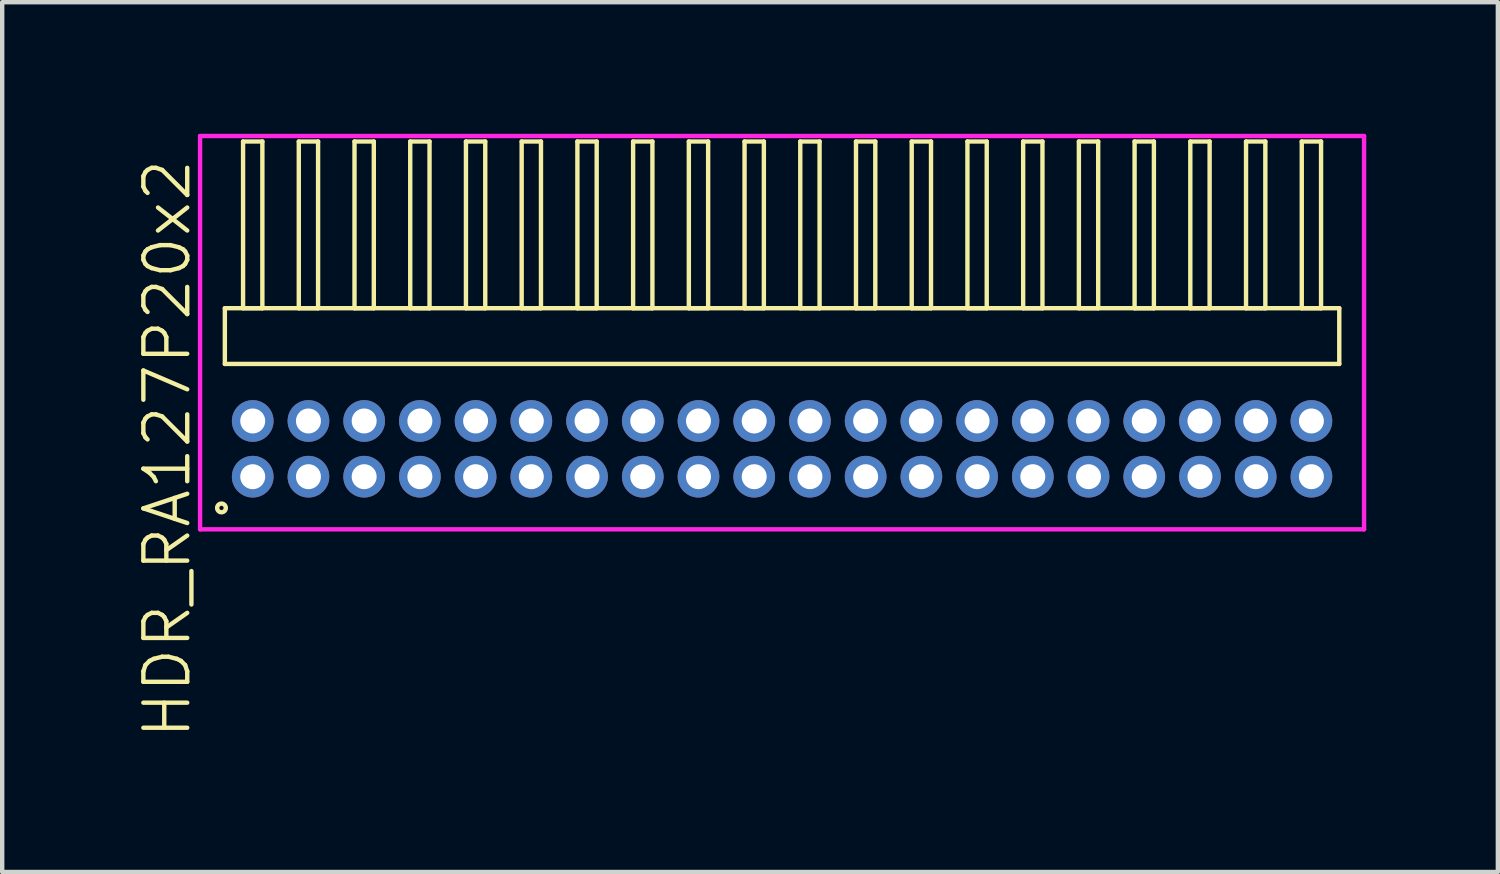
<source format=kicad_pcb>
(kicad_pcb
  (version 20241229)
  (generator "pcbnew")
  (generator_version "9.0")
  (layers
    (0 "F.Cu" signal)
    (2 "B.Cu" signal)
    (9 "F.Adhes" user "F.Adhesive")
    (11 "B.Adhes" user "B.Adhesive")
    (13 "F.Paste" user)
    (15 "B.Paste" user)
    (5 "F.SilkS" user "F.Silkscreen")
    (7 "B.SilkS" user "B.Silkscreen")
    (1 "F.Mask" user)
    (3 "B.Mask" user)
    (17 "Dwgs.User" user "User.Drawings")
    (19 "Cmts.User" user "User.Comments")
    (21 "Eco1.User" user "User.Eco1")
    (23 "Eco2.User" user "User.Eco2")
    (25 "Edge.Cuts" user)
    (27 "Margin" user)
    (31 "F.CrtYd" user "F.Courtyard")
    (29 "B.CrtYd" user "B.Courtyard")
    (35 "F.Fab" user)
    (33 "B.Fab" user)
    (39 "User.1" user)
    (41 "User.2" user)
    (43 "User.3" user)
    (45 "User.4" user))
  (footprint "HDR_RA127P20x2"
    (layer "F.Cu")
    (at 14.775 7.18)
    (property "Reference" "HDR_RA127P20x2" (at -14.015 0 90) (layer "F.SilkS") (effects (font (size 1 1) (thickness 0.1))))
    (attr through_hole)
    (fp_line (start -12.7 -3.205) (end -12.7 -1.935) (stroke (width 0.1) (type solid)) (layer "F.SilkS"))
    (fp_line (start -12.7 -1.935) (end 12.7 -1.935) (stroke (width 0.1) (type solid)) (layer "F.SilkS"))
    (fp_line (start -12.285 -7.005) (end -12.285 -3.205) (stroke (width 0.1) (type solid)) (layer "F.SilkS"))
    (fp_line (start -12.285 -3.205) (end -11.845 -3.205) (stroke (width 0.1) (type solid)) (layer "F.SilkS"))
    (fp_line (start -11.845 -7.005) (end -12.285 -7.005) (stroke (width 0.1) (type solid)) (layer "F.SilkS"))
    (fp_line (start -11.845 -3.205) (end -11.845 -7.005) (stroke (width 0.1) (type solid)) (layer "F.SilkS"))
    (fp_line (start -11.015 -7.005) (end -11.015 -3.205) (stroke (width 0.1) (type solid)) (layer "F.SilkS"))
    (fp_line (start -11.015 -3.205) (end -10.575 -3.205) (stroke (width 0.1) (type solid)) (layer "F.SilkS"))
    (fp_line (start -10.575 -7.005) (end -11.015 -7.005) (stroke (width 0.1) (type solid)) (layer "F.SilkS"))
    (fp_line (start -10.575 -3.205) (end -10.575 -7.005) (stroke (width 0.1) (type solid)) (layer "F.SilkS"))
    (fp_line (start -9.745 -7.005) (end -9.745 -3.205) (stroke (width 0.1) (type solid)) (layer "F.SilkS"))
    (fp_line (start -9.745 -3.205) (end -9.305 -3.205) (stroke (width 0.1) (type solid)) (layer "F.SilkS"))
    (fp_line (start -9.305 -7.005) (end -9.745 -7.005) (stroke (width 0.1) (type solid)) (layer "F.SilkS"))
    (fp_line (start -9.305 -3.205) (end -9.305 -7.005) (stroke (width 0.1) (type solid)) (layer "F.SilkS"))
    (fp_line (start -8.475 -7.005) (end -8.475 -3.205) (stroke (width 0.1) (type solid)) (layer "F.SilkS"))
    (fp_line (start -8.475 -3.205) (end -8.035 -3.205) (stroke (width 0.1) (type solid)) (layer "F.SilkS"))
    (fp_line (start -8.035 -7.005) (end -8.475 -7.005) (stroke (width 0.1) (type solid)) (layer "F.SilkS"))
    (fp_line (start -8.035 -3.205) (end -8.035 -7.005) (stroke (width 0.1) (type solid)) (layer "F.SilkS"))
    (fp_line (start -7.205 -7.005) (end -7.205 -3.205) (stroke (width 0.1) (type solid)) (layer "F.SilkS"))
    (fp_line (start -7.205 -3.205) (end -6.765 -3.205) (stroke (width 0.1) (type solid)) (layer "F.SilkS"))
    (fp_line (start -6.765 -7.005) (end -7.205 -7.005) (stroke (width 0.1) (type solid)) (layer "F.SilkS"))
    (fp_line (start -6.765 -3.205) (end -6.765 -7.005) (stroke (width 0.1) (type solid)) (layer "F.SilkS"))
    (fp_line (start -5.935 -7.005) (end -5.935 -3.205) (stroke (width 0.1) (type solid)) (layer "F.SilkS"))
    (fp_line (start -5.935 -3.205) (end -5.495 -3.205) (stroke (width 0.1) (type solid)) (layer "F.SilkS"))
    (fp_line (start -5.495 -7.005) (end -5.935 -7.005) (stroke (width 0.1) (type solid)) (layer "F.SilkS"))
    (fp_line (start -5.495 -3.205) (end -5.495 -7.005) (stroke (width 0.1) (type solid)) (layer "F.SilkS"))
    (fp_line (start -4.665 -7.005) (end -4.665 -3.205) (stroke (width 0.1) (type solid)) (layer "F.SilkS"))
    (fp_line (start -4.665 -3.205) (end -4.225 -3.205) (stroke (width 0.1) (type solid)) (layer "F.SilkS"))
    (fp_line (start -4.225 -7.005) (end -4.665 -7.005) (stroke (width 0.1) (type solid)) (layer "F.SilkS"))
    (fp_line (start -4.225 -3.205) (end -4.225 -7.005) (stroke (width 0.1) (type solid)) (layer "F.SilkS"))
    (fp_line (start -3.395 -7.005) (end -3.395 -3.205) (stroke (width 0.1) (type solid)) (layer "F.SilkS"))
    (fp_line (start -3.395 -3.205) (end -2.955 -3.205) (stroke (width 0.1) (type solid)) (layer "F.SilkS"))
    (fp_line (start -2.955 -7.005) (end -3.395 -7.005) (stroke (width 0.1) (type solid)) (layer "F.SilkS"))
    (fp_line (start -2.955 -3.205) (end -2.955 -7.005) (stroke (width 0.1) (type solid)) (layer "F.SilkS"))
    (fp_line (start -2.125 -7.005) (end -2.125 -3.205) (stroke (width 0.1) (type solid)) (layer "F.SilkS"))
    (fp_line (start -2.125 -3.205) (end -1.685 -3.205) (stroke (width 0.1) (type solid)) (layer "F.SilkS"))
    (fp_line (start -1.685 -7.005) (end -2.125 -7.005) (stroke (width 0.1) (type solid)) (layer "F.SilkS"))
    (fp_line (start -1.685 -3.205) (end -1.685 -7.005) (stroke (width 0.1) (type solid)) (layer "F.SilkS"))
    (fp_line (start -0.855 -7.005) (end -0.855 -3.205) (stroke (width 0.1) (type solid)) (layer "F.SilkS"))
    (fp_line (start -0.855 -3.205) (end -0.415 -3.205) (stroke (width 0.1) (type solid)) (layer "F.SilkS"))
    (fp_line (start -0.415 -7.005) (end -0.855 -7.005) (stroke (width 0.1) (type solid)) (layer "F.SilkS"))
    (fp_line (start -0.415 -3.205) (end -0.415 -7.005) (stroke (width 0.1) (type solid)) (layer "F.SilkS"))
    (fp_line (start 0.415 -7.005) (end 0.415 -3.205) (stroke (width 0.1) (type solid)) (layer "F.SilkS"))
    (fp_line (start 0.415 -3.205) (end 0.855 -3.205) (stroke (width 0.1) (type solid)) (layer "F.SilkS"))
    (fp_line (start 0.855 -7.005) (end 0.415 -7.005) (stroke (width 0.1) (type solid)) (layer "F.SilkS"))
    (fp_line (start 0.855 -3.205) (end 0.855 -7.005) (stroke (width 0.1) (type solid)) (layer "F.SilkS"))
    (fp_line (start 1.685 -7.005) (end 1.685 -3.205) (stroke (width 0.1) (type solid)) (layer "F.SilkS"))
    (fp_line (start 1.685 -3.205) (end 2.125 -3.205) (stroke (width 0.1) (type solid)) (layer "F.SilkS"))
    (fp_line (start 2.125 -7.005) (end 1.685 -7.005) (stroke (width 0.1) (type solid)) (layer "F.SilkS"))
    (fp_line (start 2.125 -3.205) (end 2.125 -7.005) (stroke (width 0.1) (type solid)) (layer "F.SilkS"))
    (fp_line (start 2.955 -7.005) (end 2.955 -3.205) (stroke (width 0.1) (type solid)) (layer "F.SilkS"))
    (fp_line (start 2.955 -3.205) (end 3.395 -3.205) (stroke (width 0.1) (type solid)) (layer "F.SilkS"))
    (fp_line (start 3.395 -7.005) (end 2.955 -7.005) (stroke (width 0.1) (type solid)) (layer "F.SilkS"))
    (fp_line (start 3.395 -3.205) (end 3.395 -7.005) (stroke (width 0.1) (type solid)) (layer "F.SilkS"))
    (fp_line (start 4.225 -7.005) (end 4.225 -3.205) (stroke (width 0.1) (type solid)) (layer "F.SilkS"))
    (fp_line (start 4.225 -3.205) (end 4.665 -3.205) (stroke (width 0.1) (type solid)) (layer "F.SilkS"))
    (fp_line (start 4.665 -7.005) (end 4.225 -7.005) (stroke (width 0.1) (type solid)) (layer "F.SilkS"))
    (fp_line (start 4.665 -3.205) (end 4.665 -7.005) (stroke (width 0.1) (type solid)) (layer "F.SilkS"))
    (fp_line (start 5.495 -7.005) (end 5.495 -3.205) (stroke (width 0.1) (type solid)) (layer "F.SilkS"))
    (fp_line (start 5.495 -3.205) (end 5.935 -3.205) (stroke (width 0.1) (type solid)) (layer "F.SilkS"))
    (fp_line (start 5.935 -7.005) (end 5.495 -7.005) (stroke (width 0.1) (type solid)) (layer "F.SilkS"))
    (fp_line (start 5.935 -3.205) (end 5.935 -7.005) (stroke (width 0.1) (type solid)) (layer "F.SilkS"))
    (fp_line (start 6.765 -7.005) (end 6.765 -3.205) (stroke (width 0.1) (type solid)) (layer "F.SilkS"))
    (fp_line (start 6.765 -3.205) (end 7.205 -3.205) (stroke (width 0.1) (type solid)) (layer "F.SilkS"))
    (fp_line (start 7.205 -7.005) (end 6.765 -7.005) (stroke (width 0.1) (type solid)) (layer "F.SilkS"))
    (fp_line (start 7.205 -3.205) (end 7.205 -7.005) (stroke (width 0.1) (type solid)) (layer "F.SilkS"))
    (fp_line (start 8.035 -7.005) (end 8.035 -3.205) (stroke (width 0.1) (type solid)) (layer "F.SilkS"))
    (fp_line (start 8.035 -3.205) (end 8.475 -3.205) (stroke (width 0.1) (type solid)) (layer "F.SilkS"))
    (fp_line (start 8.475 -7.005) (end 8.035 -7.005) (stroke (width 0.1) (type solid)) (layer "F.SilkS"))
    (fp_line (start 8.475 -3.205) (end 8.475 -7.005) (stroke (width 0.1) (type solid)) (layer "F.SilkS"))
    (fp_line (start 9.305 -7.005) (end 9.305 -3.205) (stroke (width 0.1) (type solid)) (layer "F.SilkS"))
    (fp_line (start 9.305 -3.205) (end 9.745 -3.205) (stroke (width 0.1) (type solid)) (layer "F.SilkS"))
    (fp_line (start 9.745 -7.005) (end 9.305 -7.005) (stroke (width 0.1) (type solid)) (layer "F.SilkS"))
    (fp_line (start 9.745 -3.205) (end 9.745 -7.005) (stroke (width 0.1) (type solid)) (layer "F.SilkS"))
    (fp_line (start 10.575 -7.005) (end 10.575 -3.205) (stroke (width 0.1) (type solid)) (layer "F.SilkS"))
    (fp_line (start 10.575 -3.205) (end 11.015 -3.205) (stroke (width 0.1) (type solid)) (layer "F.SilkS"))
    (fp_line (start 11.015 -7.005) (end 10.575 -7.005) (stroke (width 0.1) (type solid)) (layer "F.SilkS"))
    (fp_line (start 11.015 -3.205) (end 11.015 -7.005) (stroke (width 0.1) (type solid)) (layer "F.SilkS"))
    (fp_line (start 11.845 -7.005) (end 11.845 -3.205) (stroke (width 0.1) (type solid)) (layer "F.SilkS"))
    (fp_line (start 11.845 -3.205) (end 12.285 -3.205) (stroke (width 0.1) (type solid)) (layer "F.SilkS"))
    (fp_line (start 12.285 -7.005) (end 11.845 -7.005) (stroke (width 0.1) (type solid)) (layer "F.SilkS"))
    (fp_line (start 12.285 -3.205) (end 12.285 -7.005) (stroke (width 0.1) (type solid)) (layer "F.SilkS"))
    (fp_line (start 12.7 -3.205) (end -12.7 -3.205) (stroke (width 0.1) (type solid)) (layer "F.SilkS"))
    (fp_line (start 12.7 -1.935) (end 12.7 -3.205) (stroke (width 0.1) (type solid)) (layer "F.SilkS"))
    (fp_circle (center -12.777 1.347) (end -12.678 1.347) (stroke (width 0.1) (type solid)) (fill no) (layer "F.SilkS"))
    (fp_line (start -13.265 -7.13) (end -13.265 1.835) (stroke (width 0.1) (type solid)) (layer "F.CrtYd"))
    (fp_line (start -13.265 1.835) (end 13.265 1.835) (stroke (width 0.1) (type solid)) (layer "F.CrtYd"))
    (fp_line (start 13.265 -7.13) (end -13.265 -7.13) (stroke (width 0.1) (type solid)) (layer "F.CrtYd"))
    (fp_line (start 13.265 1.835) (end 13.265 -7.13) (stroke (width 0.1) (type solid)) (layer "F.CrtYd"))
    (pad "1" thru_hole oval (at -12.065 0.635) (size 0.95 0.95) (drill 0.57) (layers "*.Cu" "*.Mask"))
    (pad "2" thru_hole oval (at -12.065 -0.635) (size 0.95 0.95) (drill 0.57) (layers "*.Cu" "*.Mask"))
    (pad "3" thru_hole oval (at -10.795 0.635) (size 0.95 0.95) (drill 0.57) (layers "*.Cu" "*.Mask"))
    (pad "4" thru_hole oval (at -10.795 -0.635) (size 0.95 0.95) (drill 0.57) (layers "*.Cu" "*.Mask"))
    (pad "5" thru_hole oval (at -9.525 0.635) (size 0.95 0.95) (drill 0.57) (layers "*.Cu" "*.Mask"))
    (pad "6" thru_hole oval (at -9.525 -0.635) (size 0.95 0.95) (drill 0.57) (layers "*.Cu" "*.Mask"))
    (pad "7" thru_hole oval (at -8.255 0.635) (size 0.95 0.95) (drill 0.57) (layers "*.Cu" "*.Mask"))
    (pad "8" thru_hole oval (at -8.255 -0.635) (size 0.95 0.95) (drill 0.57) (layers "*.Cu" "*.Mask"))
    (pad "9" thru_hole oval (at -6.985 0.635) (size 0.95 0.95) (drill 0.57) (layers "*.Cu" "*.Mask"))
    (pad "10" thru_hole oval (at -6.985 -0.635) (size 0.95 0.95) (drill 0.57) (layers "*.Cu" "*.Mask"))
    (pad "11" thru_hole oval (at -5.715 0.635) (size 0.95 0.95) (drill 0.57) (layers "*.Cu" "*.Mask"))
    (pad "12" thru_hole oval (at -5.715 -0.635) (size 0.95 0.95) (drill 0.57) (layers "*.Cu" "*.Mask"))
    (pad "13" thru_hole oval (at -4.445 0.635) (size 0.95 0.95) (drill 0.57) (layers "*.Cu" "*.Mask"))
    (pad "14" thru_hole oval (at -4.445 -0.635) (size 0.95 0.95) (drill 0.57) (layers "*.Cu" "*.Mask"))
    (pad "15" thru_hole oval (at -3.175 0.635) (size 0.95 0.95) (drill 0.57) (layers "*.Cu" "*.Mask"))
    (pad "16" thru_hole oval (at -3.175 -0.635) (size 0.95 0.95) (drill 0.57) (layers "*.Cu" "*.Mask"))
    (pad "17" thru_hole oval (at -1.905 0.635) (size 0.95 0.95) (drill 0.57) (layers "*.Cu" "*.Mask"))
    (pad "18" thru_hole oval (at -1.905 -0.635) (size 0.95 0.95) (drill 0.57) (layers "*.Cu" "*.Mask"))
    (pad "19" thru_hole oval (at -0.635 0.635) (size 0.95 0.95) (drill 0.57) (layers "*.Cu" "*.Mask"))
    (pad "20" thru_hole oval (at -0.635 -0.635) (size 0.95 0.95) (drill 0.57) (layers "*.Cu" "*.Mask"))
    (pad "21" thru_hole oval (at 0.635 0.635) (size 0.95 0.95) (drill 0.57) (layers "*.Cu" "*.Mask"))
    (pad "22" thru_hole oval (at 0.635 -0.635) (size 0.95 0.95) (drill 0.57) (layers "*.Cu" "*.Mask"))
    (pad "23" thru_hole oval (at 1.905 0.635) (size 0.95 0.95) (drill 0.57) (layers "*.Cu" "*.Mask"))
    (pad "24" thru_hole oval (at 1.905 -0.635) (size 0.95 0.95) (drill 0.57) (layers "*.Cu" "*.Mask"))
    (pad "25" thru_hole oval (at 3.175 0.635) (size 0.95 0.95) (drill 0.57) (layers "*.Cu" "*.Mask"))
    (pad "26" thru_hole oval (at 3.175 -0.635) (size 0.95 0.95) (drill 0.57) (layers "*.Cu" "*.Mask"))
    (pad "27" thru_hole oval (at 4.445 0.635) (size 0.95 0.95) (drill 0.57) (layers "*.Cu" "*.Mask"))
    (pad "28" thru_hole oval (at 4.445 -0.635) (size 0.95 0.95) (drill 0.57) (layers "*.Cu" "*.Mask"))
    (pad "29" thru_hole oval (at 5.715 0.635) (size 0.95 0.95) (drill 0.57) (layers "*.Cu" "*.Mask"))
    (pad "30" thru_hole oval (at 5.715 -0.635) (size 0.95 0.95) (drill 0.57) (layers "*.Cu" "*.Mask"))
    (pad "31" thru_hole oval (at 6.985 0.635) (size 0.95 0.95) (drill 0.57) (layers "*.Cu" "*.Mask"))
    (pad "32" thru_hole oval (at 6.985 -0.635) (size 0.95 0.95) (drill 0.57) (layers "*.Cu" "*.Mask"))
    (pad "33" thru_hole oval (at 8.255 0.635) (size 0.95 0.95) (drill 0.57) (layers "*.Cu" "*.Mask"))
    (pad "34" thru_hole oval (at 8.255 -0.635) (size 0.95 0.95) (drill 0.57) (layers "*.Cu" "*.Mask"))
    (pad "35" thru_hole oval (at 9.525 0.635) (size 0.95 0.95) (drill 0.57) (layers "*.Cu" "*.Mask"))
    (pad "36" thru_hole oval (at 9.525 -0.635) (size 0.95 0.95) (drill 0.57) (layers "*.Cu" "*.Mask"))
    (pad "37" thru_hole oval (at 10.795 0.635) (size 0.95 0.95) (drill 0.57) (layers "*.Cu" "*.Mask"))
    (pad "38" thru_hole oval (at 10.795 -0.635) (size 0.95 0.95) (drill 0.57) (layers "*.Cu" "*.Mask"))
    (pad "39" thru_hole oval (at 12.065 0.635) (size 0.95 0.95) (drill 0.57) (layers "*.Cu" "*.Mask"))
    (pad "40" thru_hole oval (at 12.065 -0.635) (size 0.95 0.95) (drill 0.57) (layers "*.Cu" "*.Mask")))
  (gr_rect
    (start -3 -3)
    (end 31.09 16.825)
    (stroke (width 0.1) (type default))
    (fill no)
    (layer "Edge.Cuts")))
</source>
